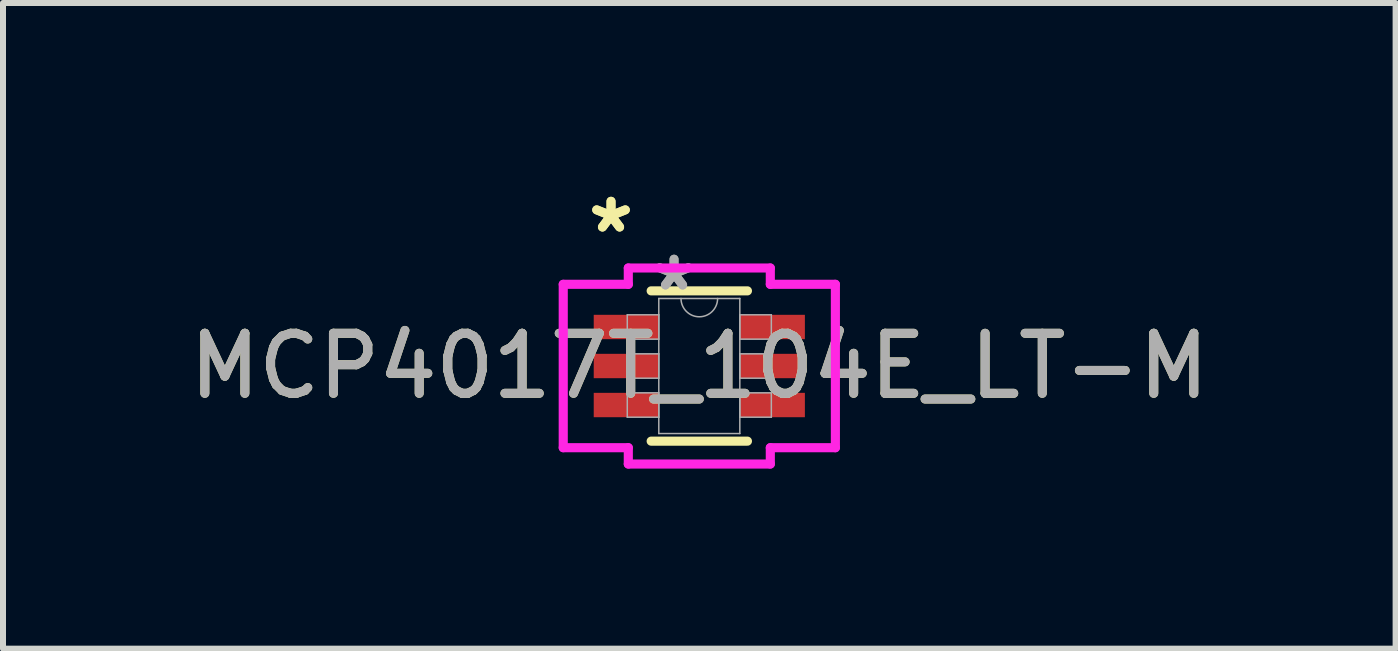
<source format=kicad_pcb>
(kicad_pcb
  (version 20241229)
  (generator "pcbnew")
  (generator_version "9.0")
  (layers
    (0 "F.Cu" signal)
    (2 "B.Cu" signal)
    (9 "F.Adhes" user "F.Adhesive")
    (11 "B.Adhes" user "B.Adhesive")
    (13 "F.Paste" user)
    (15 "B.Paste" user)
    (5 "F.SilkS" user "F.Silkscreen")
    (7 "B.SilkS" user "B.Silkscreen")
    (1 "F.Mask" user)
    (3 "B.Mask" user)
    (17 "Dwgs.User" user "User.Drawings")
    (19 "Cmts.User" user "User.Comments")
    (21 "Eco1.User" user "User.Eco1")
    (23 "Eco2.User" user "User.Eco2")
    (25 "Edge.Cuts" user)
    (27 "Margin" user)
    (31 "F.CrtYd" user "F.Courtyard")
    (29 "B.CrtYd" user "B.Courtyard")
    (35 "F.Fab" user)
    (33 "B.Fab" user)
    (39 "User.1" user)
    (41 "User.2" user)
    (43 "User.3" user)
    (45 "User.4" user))
  (footprint "MCP4017T_104E_LT-M"
    (layer "F.Cu")
    (at 8.601 3.048)
    (property "Reference" "MCP4017T_104E_LT-M" (at 0 0 0) (unlocked yes) (layer "F.SilkS") (effects (font (size 1 1) (thickness 0.15))))
    (attr smd)
    (fp_line (start -0.802 1.252) (end 0.802 1.252) (stroke (width 0.152) (type solid)) (layer "F.SilkS"))
    (fp_line (start 0.802 -1.252) (end -0.802 -1.252) (stroke (width 0.152) (type solid)) (layer "F.SilkS"))
    (fp_line (start -2.267 -1.361) (end -1.183 -1.361) (stroke (width 0.152) (type solid)) (layer "F.CrtYd"))
    (fp_line (start -2.267 1.361) (end -2.267 -1.361) (stroke (width 0.152) (type solid)) (layer "F.CrtYd"))
    (fp_line (start -1.183 -1.633) (end 1.183 -1.633) (stroke (width 0.152) (type solid)) (layer "F.CrtYd"))
    (fp_line (start -1.183 -1.361) (end -1.183 -1.633) (stroke (width 0.152) (type solid)) (layer "F.CrtYd"))
    (fp_line (start -1.183 1.361) (end -2.267 1.361) (stroke (width 0.152) (type solid)) (layer "F.CrtYd"))
    (fp_line (start -1.183 1.633) (end -1.183 1.361) (stroke (width 0.152) (type solid)) (layer "F.CrtYd"))
    (fp_line (start 1.183 -1.633) (end 1.183 -1.361) (stroke (width 0.152) (type solid)) (layer "F.CrtYd"))
    (fp_line (start 1.183 -1.361) (end 2.267 -1.361) (stroke (width 0.152) (type solid)) (layer "F.CrtYd"))
    (fp_line (start 1.183 1.361) (end 1.183 1.633) (stroke (width 0.152) (type solid)) (layer "F.CrtYd"))
    (fp_line (start 1.183 1.633) (end -1.183 1.633) (stroke (width 0.152) (type solid)) (layer "F.CrtYd"))
    (fp_line (start 2.267 -1.361) (end 2.267 1.361) (stroke (width 0.152) (type solid)) (layer "F.CrtYd"))
    (fp_line (start 2.267 1.361) (end 1.183 1.361) (stroke (width 0.152) (type solid)) (layer "F.CrtYd"))
    (fp_line (start -1.2 -0.853) (end -1.2 -0.447) (stroke (width 0.025) (type solid)) (layer "F.Fab"))
    (fp_line (start -1.2 -0.447) (end -0.675 -0.447) (stroke (width 0.025) (type solid)) (layer "F.Fab"))
    (fp_line (start -1.2 -0.203) (end -1.2 0.203) (stroke (width 0.025) (type solid)) (layer "F.Fab"))
    (fp_line (start -1.2 0.203) (end -0.675 0.203) (stroke (width 0.025) (type solid)) (layer "F.Fab"))
    (fp_line (start -1.2 0.447) (end -1.2 0.853) (stroke (width 0.025) (type solid)) (layer "F.Fab"))
    (fp_line (start -1.2 0.853) (end -0.675 0.853) (stroke (width 0.025) (type solid)) (layer "F.Fab"))
    (fp_line (start -0.675 -1.125) (end -0.675 1.125) (stroke (width 0.025) (type solid)) (layer "F.Fab"))
    (fp_line (start -0.675 -0.853) (end -1.2 -0.853) (stroke (width 0.025) (type solid)) (layer "F.Fab"))
    (fp_line (start -0.675 -0.447) (end -0.675 -0.853) (stroke (width 0.025) (type solid)) (layer "F.Fab"))
    (fp_line (start -0.675 -0.203) (end -1.2 -0.203) (stroke (width 0.025) (type solid)) (layer "F.Fab"))
    (fp_line (start -0.675 0.203) (end -0.675 -0.203) (stroke (width 0.025) (type solid)) (layer "F.Fab"))
    (fp_line (start -0.675 0.447) (end -1.2 0.447) (stroke (width 0.025) (type solid)) (layer "F.Fab"))
    (fp_line (start -0.675 0.853) (end -0.675 0.447) (stroke (width 0.025) (type solid)) (layer "F.Fab"))
    (fp_line (start -0.675 1.125) (end 0.675 1.125) (stroke (width 0.025) (type solid)) (layer "F.Fab"))
    (fp_line (start 0.675 -1.125) (end -0.675 -1.125) (stroke (width 0.025) (type solid)) (layer "F.Fab"))
    (fp_line (start 0.675 -0.853) (end 0.675 -0.447) (stroke (width 0.025) (type solid)) (layer "F.Fab"))
    (fp_line (start 0.675 -0.447) (end 1.2 -0.447) (stroke (width 0.025) (type solid)) (layer "F.Fab"))
    (fp_line (start 0.675 -0.203) (end 0.675 0.203) (stroke (width 0.025) (type solid)) (layer "F.Fab"))
    (fp_line (start 0.675 0.203) (end 1.2 0.203) (stroke (width 0.025) (type solid)) (layer "F.Fab"))
    (fp_line (start 0.675 0.447) (end 0.675 0.853) (stroke (width 0.025) (type solid)) (layer "F.Fab"))
    (fp_line (start 0.675 0.853) (end 1.2 0.853) (stroke (width 0.025) (type solid)) (layer "F.Fab"))
    (fp_line (start 0.675 1.125) (end 0.675 -1.125) (stroke (width 0.025) (type solid)) (layer "F.Fab"))
    (fp_line (start 1.2 -0.853) (end 0.675 -0.853) (stroke (width 0.025) (type solid)) (layer "F.Fab"))
    (fp_line (start 1.2 -0.447) (end 1.2 -0.853) (stroke (width 0.025) (type solid)) (layer "F.Fab"))
    (fp_line (start 1.2 -0.203) (end 0.675 -0.203) (stroke (width 0.025) (type solid)) (layer "F.Fab"))
    (fp_line (start 1.2 0.203) (end 1.2 -0.203) (stroke (width 0.025) (type solid)) (layer "F.Fab"))
    (fp_line (start 1.2 0.447) (end 0.675 0.447) (stroke (width 0.025) (type solid)) (layer "F.Fab"))
    (fp_line (start 1.2 0.853) (end 1.2 0.447) (stroke (width 0.025) (type solid)) (layer "F.Fab"))
    (fp_arc (start 0.3048 -1.125) (mid 0 -0.8202) (end -0.3048 -1.125) (stroke (width 0.0254) (type solid)) (layer "F.Fab"))
    (fp_text user "*" (at -1.471 -2.199 0) (layer "F.SilkS") (effects (font (size 1 1) (thickness 0.15))))
    (fp_text user "*" (at -1.471 -2.199 0) (unlocked yes) (layer "F.SilkS") (effects (font (size 1 1) (thickness 0.15))))
    (fp_text user "*" (at -0.421 -1.234 0) (layer "F.Fab") (effects (font (size 1 1) (thickness 0.15))))
    (fp_text user "*" (at -0.421 -1.234 0) (unlocked yes) (layer "F.Fab") (effects (font (size 1 1) (thickness 0.15))))
    (fp_text user "${REFERENCE}" (at 0 0 0) (unlocked yes) (layer "F.Fab") (effects (font (size 1 1) (thickness 0.15))))
    (pad "1" smd rect (at -1.217 -0.65) (size 1.084 0.406) (layers "F.Cu" "F.Mask" "F.Paste"))
    (pad "2" smd rect (at -1.217 0) (size 1.084 0.406) (layers "F.Cu" "F.Mask" "F.Paste"))
    (pad "3" smd rect (at -1.217 0.65) (size 1.084 0.406) (layers "F.Cu" "F.Mask" "F.Paste"))
    (pad "4" smd rect (at 1.217 0.65) (size 1.084 0.406) (layers "F.Cu" "F.Mask" "F.Paste"))
    (pad "5" smd rect (at 1.217 0) (size 1.084 0.406) (layers "F.Cu" "F.Mask" "F.Paste"))
    (pad "6" smd rect (at 1.217 -0.65) (size 1.084 0.406) (layers "F.Cu" "F.Mask" "F.Paste")))
  (gr_rect
    (start -3 -3)
    (end 20.202 7.757)
    (stroke (width 0.1) (type default))
    (fill no)
    (layer "Edge.Cuts")))
</source>
